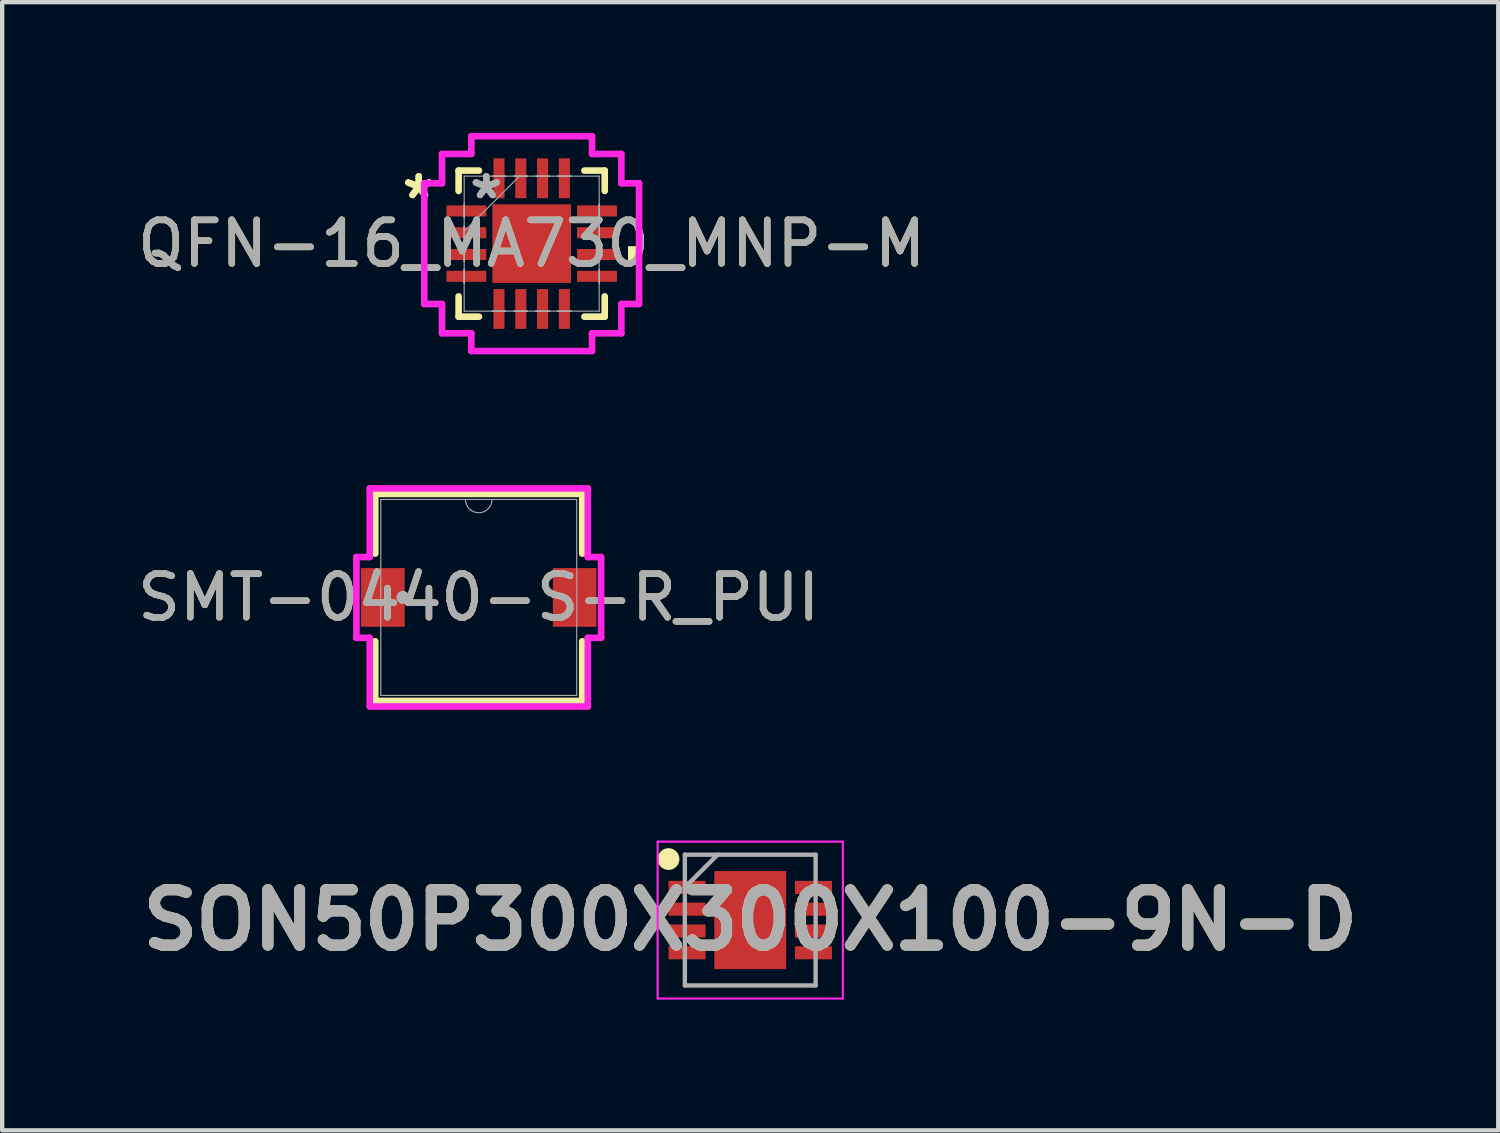
<source format=kicad_pcb>
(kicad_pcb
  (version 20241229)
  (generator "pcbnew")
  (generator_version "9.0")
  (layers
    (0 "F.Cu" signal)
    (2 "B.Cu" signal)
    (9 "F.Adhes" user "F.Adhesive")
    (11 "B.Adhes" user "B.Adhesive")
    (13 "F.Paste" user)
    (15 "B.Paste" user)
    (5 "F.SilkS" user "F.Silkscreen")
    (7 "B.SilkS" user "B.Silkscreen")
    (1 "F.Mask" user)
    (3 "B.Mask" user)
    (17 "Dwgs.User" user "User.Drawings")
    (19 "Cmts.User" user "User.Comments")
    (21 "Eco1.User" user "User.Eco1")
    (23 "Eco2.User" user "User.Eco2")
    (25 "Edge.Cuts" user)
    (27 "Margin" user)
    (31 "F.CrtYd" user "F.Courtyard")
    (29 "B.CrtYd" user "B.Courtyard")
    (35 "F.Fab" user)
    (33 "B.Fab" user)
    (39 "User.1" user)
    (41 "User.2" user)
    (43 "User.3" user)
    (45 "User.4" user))
  (footprint "QFN-16_MA730_MNP-M"
    (layer "F.Cu")
    (at 9.149 2.54)
    (property "Reference" "QFN-16_MA730_MNP-M" (at 0 0 0) (unlocked yes) (layer "F.SilkS") (effects (font (size 1 1) (thickness 0.15))))
    (attr smd)
    (fp_line (start -1.676 -1.676) (end -1.676 -1.21) (stroke (width 0.152) (type solid)) (layer "F.SilkS"))
    (fp_line (start -1.676 1.21) (end -1.676 1.676) (stroke (width 0.152) (type solid)) (layer "F.SilkS"))
    (fp_line (start -1.676 1.676) (end -1.21 1.676) (stroke (width 0.152) (type solid)) (layer "F.SilkS"))
    (fp_line (start -1.21 -1.676) (end -1.676 -1.676) (stroke (width 0.152) (type solid)) (layer "F.SilkS"))
    (fp_line (start 1.21 1.676) (end 1.676 1.676) (stroke (width 0.152) (type solid)) (layer "F.SilkS"))
    (fp_line (start 1.676 -1.676) (end 1.21 -1.676) (stroke (width 0.152) (type solid)) (layer "F.SilkS"))
    (fp_line (start 1.676 -1.21) (end 1.676 -1.676) (stroke (width 0.152) (type solid)) (layer "F.SilkS"))
    (fp_line (start 1.676 1.676) (end 1.676 1.21) (stroke (width 0.152) (type solid)) (layer "F.SilkS"))
    (fp_poly (pts (xy 2.464 0.059) (xy 2.464 0.441) (xy 2.21 0.441) (xy 2.21 0.059)) (stroke (width 0) (type solid)) (fill yes) (layer "F.SilkS"))
    (fp_line (start -2.464 -1.385) (end -2.057 -1.385) (stroke (width 0.152) (type solid)) (layer "F.CrtYd"))
    (fp_line (start -2.464 1.385) (end -2.464 -1.385) (stroke (width 0.152) (type solid)) (layer "F.CrtYd"))
    (fp_line (start -2.057 -2.057) (end -1.385 -2.057) (stroke (width 0.152) (type solid)) (layer "F.CrtYd"))
    (fp_line (start -2.057 -1.385) (end -2.057 -2.057) (stroke (width 0.152) (type solid)) (layer "F.CrtYd"))
    (fp_line (start -2.057 1.385) (end -2.464 1.385) (stroke (width 0.152) (type solid)) (layer "F.CrtYd"))
    (fp_line (start -2.057 2.057) (end -2.057 1.385) (stroke (width 0.152) (type solid)) (layer "F.CrtYd"))
    (fp_line (start -1.385 -2.464) (end 1.385 -2.464) (stroke (width 0.152) (type solid)) (layer "F.CrtYd"))
    (fp_line (start -1.385 -2.057) (end -1.385 -2.464) (stroke (width 0.152) (type solid)) (layer "F.CrtYd"))
    (fp_line (start -1.385 2.057) (end -2.057 2.057) (stroke (width 0.152) (type solid)) (layer "F.CrtYd"))
    (fp_line (start -1.385 2.464) (end -1.385 2.057) (stroke (width 0.152) (type solid)) (layer "F.CrtYd"))
    (fp_line (start 1.385 -2.464) (end 1.385 -2.057) (stroke (width 0.152) (type solid)) (layer "F.CrtYd"))
    (fp_line (start 1.385 -2.057) (end 2.057 -2.057) (stroke (width 0.152) (type solid)) (layer "F.CrtYd"))
    (fp_line (start 1.385 2.057) (end 1.385 2.464) (stroke (width 0.152) (type solid)) (layer "F.CrtYd"))
    (fp_line (start 1.385 2.464) (end -1.385 2.464) (stroke (width 0.152) (type solid)) (layer "F.CrtYd"))
    (fp_line (start 2.057 -2.057) (end 2.057 -1.385) (stroke (width 0.152) (type solid)) (layer "F.CrtYd"))
    (fp_line (start 2.057 -1.385) (end 2.464 -1.385) (stroke (width 0.152) (type solid)) (layer "F.CrtYd"))
    (fp_line (start 2.057 1.385) (end 2.057 2.057) (stroke (width 0.152) (type solid)) (layer "F.CrtYd"))
    (fp_line (start 2.057 2.057) (end 1.385 2.057) (stroke (width 0.152) (type solid)) (layer "F.CrtYd"))
    (fp_line (start 2.464 -1.385) (end 2.464 1.385) (stroke (width 0.152) (type solid)) (layer "F.CrtYd"))
    (fp_line (start 2.464 1.385) (end 2.057 1.385) (stroke (width 0.152) (type solid)) (layer "F.CrtYd"))
    (fp_line (start -1.549 -1.549) (end -1.549 -1.549) (stroke (width 0.025) (type solid)) (layer "F.Fab"))
    (fp_line (start -1.549 -1.549) (end -1.549 1.549) (stroke (width 0.025) (type solid)) (layer "F.Fab"))
    (fp_line (start -1.549 -0.902) (end -1.549 -0.902) (stroke (width 0.025) (type solid)) (layer "F.Fab"))
    (fp_line (start -1.549 -0.902) (end -1.549 -0.598) (stroke (width 0.025) (type solid)) (layer "F.Fab"))
    (fp_line (start -1.549 -0.598) (end -1.549 -0.902) (stroke (width 0.025) (type solid)) (layer "F.Fab"))
    (fp_line (start -1.549 -0.598) (end -1.549 -0.598) (stroke (width 0.025) (type solid)) (layer "F.Fab"))
    (fp_line (start -1.549 -0.402) (end -1.549 -0.402) (stroke (width 0.025) (type solid)) (layer "F.Fab"))
    (fp_line (start -1.549 -0.402) (end -1.549 -0.098) (stroke (width 0.025) (type solid)) (layer "F.Fab"))
    (fp_line (start -1.549 -0.279) (end -0.279 -1.549) (stroke (width 0.025) (type solid)) (layer "F.Fab"))
    (fp_line (start -1.549 -0.098) (end -1.549 -0.402) (stroke (width 0.025) (type solid)) (layer "F.Fab"))
    (fp_line (start -1.549 -0.098) (end -1.549 -0.098) (stroke (width 0.025) (type solid)) (layer "F.Fab"))
    (fp_line (start -1.549 0.098) (end -1.549 0.098) (stroke (width 0.025) (type solid)) (layer "F.Fab"))
    (fp_line (start -1.549 0.098) (end -1.549 0.402) (stroke (width 0.025) (type solid)) (layer "F.Fab"))
    (fp_line (start -1.549 0.402) (end -1.549 0.098) (stroke (width 0.025) (type solid)) (layer "F.Fab"))
    (fp_line (start -1.549 0.402) (end -1.549 0.402) (stroke (width 0.025) (type solid)) (layer "F.Fab"))
    (fp_line (start -1.549 0.598) (end -1.549 0.598) (stroke (width 0.025) (type solid)) (layer "F.Fab"))
    (fp_line (start -1.549 0.598) (end -1.549 0.902) (stroke (width 0.025) (type solid)) (layer "F.Fab"))
    (fp_line (start -1.549 0.902) (end -1.549 0.598) (stroke (width 0.025) (type solid)) (layer "F.Fab"))
    (fp_line (start -1.549 0.902) (end -1.549 0.902) (stroke (width 0.025) (type solid)) (layer "F.Fab"))
    (fp_line (start -1.549 1.549) (end -1.549 1.549) (stroke (width 0.025) (type solid)) (layer "F.Fab"))
    (fp_line (start -1.549 1.549) (end 1.549 1.549) (stroke (width 0.025) (type solid)) (layer "F.Fab"))
    (fp_line (start -0.902 -1.549) (end -0.902 -1.549) (stroke (width 0.025) (type solid)) (layer "F.Fab"))
    (fp_line (start -0.902 -1.549) (end -0.598 -1.549) (stroke (width 0.025) (type solid)) (layer "F.Fab"))
    (fp_line (start -0.902 1.549) (end -0.902 1.549) (stroke (width 0.025) (type solid)) (layer "F.Fab"))
    (fp_line (start -0.902 1.549) (end -0.598 1.549) (stroke (width 0.025) (type solid)) (layer "F.Fab"))
    (fp_line (start -0.598 -1.549) (end -0.902 -1.549) (stroke (width 0.025) (type solid)) (layer "F.Fab"))
    (fp_line (start -0.598 -1.549) (end -0.598 -1.549) (stroke (width 0.025) (type solid)) (layer "F.Fab"))
    (fp_line (start -0.598 1.549) (end -0.902 1.549) (stroke (width 0.025) (type solid)) (layer "F.Fab"))
    (fp_line (start -0.598 1.549) (end -0.598 1.549) (stroke (width 0.025) (type solid)) (layer "F.Fab"))
    (fp_line (start -0.402 -1.549) (end -0.402 -1.549) (stroke (width 0.025) (type solid)) (layer "F.Fab"))
    (fp_line (start -0.402 -1.549) (end -0.098 -1.549) (stroke (width 0.025) (type solid)) (layer "F.Fab"))
    (fp_line (start -0.402 1.549) (end -0.402 1.549) (stroke (width 0.025) (type solid)) (layer "F.Fab"))
    (fp_line (start -0.402 1.549) (end -0.098 1.549) (stroke (width 0.025) (type solid)) (layer "F.Fab"))
    (fp_line (start -0.098 -1.549) (end -0.402 -1.549) (stroke (width 0.025) (type solid)) (layer "F.Fab"))
    (fp_line (start -0.098 -1.549) (end -0.098 -1.549) (stroke (width 0.025) (type solid)) (layer "F.Fab"))
    (fp_line (start -0.098 1.549) (end -0.402 1.549) (stroke (width 0.025) (type solid)) (layer "F.Fab"))
    (fp_line (start -0.098 1.549) (end -0.098 1.549) (stroke (width 0.025) (type solid)) (layer "F.Fab"))
    (fp_line (start 0.098 -1.549) (end 0.098 -1.549) (stroke (width 0.025) (type solid)) (layer "F.Fab"))
    (fp_line (start 0.098 -1.549) (end 0.402 -1.549) (stroke (width 0.025) (type solid)) (layer "F.Fab"))
    (fp_line (start 0.098 1.549) (end 0.098 1.549) (stroke (width 0.025) (type solid)) (layer "F.Fab"))
    (fp_line (start 0.098 1.549) (end 0.402 1.549) (stroke (width 0.025) (type solid)) (layer "F.Fab"))
    (fp_line (start 0.402 -1.549) (end 0.098 -1.549) (stroke (width 0.025) (type solid)) (layer "F.Fab"))
    (fp_line (start 0.402 -1.549) (end 0.402 -1.549) (stroke (width 0.025) (type solid)) (layer "F.Fab"))
    (fp_line (start 0.402 1.549) (end 0.098 1.549) (stroke (width 0.025) (type solid)) (layer "F.Fab"))
    (fp_line (start 0.402 1.549) (end 0.402 1.549) (stroke (width 0.025) (type solid)) (layer "F.Fab"))
    (fp_line (start 0.598 -1.549) (end 0.598 -1.549) (stroke (width 0.025) (type solid)) (layer "F.Fab"))
    (fp_line (start 0.598 -1.549) (end 0.902 -1.549) (stroke (width 0.025) (type solid)) (layer "F.Fab"))
    (fp_line (start 0.598 1.549) (end 0.598 1.549) (stroke (width 0.025) (type solid)) (layer "F.Fab"))
    (fp_line (start 0.598 1.549) (end 0.902 1.549) (stroke (width 0.025) (type solid)) (layer "F.Fab"))
    (fp_line (start 0.902 -1.549) (end 0.598 -1.549) (stroke (width 0.025) (type solid)) (layer "F.Fab"))
    (fp_line (start 0.902 -1.549) (end 0.902 -1.549) (stroke (width 0.025) (type solid)) (layer "F.Fab"))
    (fp_line (start 0.902 1.549) (end 0.598 1.549) (stroke (width 0.025) (type solid)) (layer "F.Fab"))
    (fp_line (start 0.902 1.549) (end 0.902 1.549) (stroke (width 0.025) (type solid)) (layer "F.Fab"))
    (fp_line (start 1.549 -1.549) (end -1.549 -1.549) (stroke (width 0.025) (type solid)) (layer "F.Fab"))
    (fp_line (start 1.549 -1.549) (end 1.549 -1.549) (stroke (width 0.025) (type solid)) (layer "F.Fab"))
    (fp_line (start 1.549 -0.902) (end 1.549 -0.902) (stroke (width 0.025) (type solid)) (layer "F.Fab"))
    (fp_line (start 1.549 -0.902) (end 1.549 -0.598) (stroke (width 0.025) (type solid)) (layer "F.Fab"))
    (fp_line (start 1.549 -0.598) (end 1.549 -0.902) (stroke (width 0.025) (type solid)) (layer "F.Fab"))
    (fp_line (start 1.549 -0.598) (end 1.549 -0.598) (stroke (width 0.025) (type solid)) (layer "F.Fab"))
    (fp_line (start 1.549 -0.402) (end 1.549 -0.402) (stroke (width 0.025) (type solid)) (layer "F.Fab"))
    (fp_line (start 1.549 -0.402) (end 1.549 -0.098) (stroke (width 0.025) (type solid)) (layer "F.Fab"))
    (fp_line (start 1.549 -0.098) (end 1.549 -0.402) (stroke (width 0.025) (type solid)) (layer "F.Fab"))
    (fp_line (start 1.549 -0.098) (end 1.549 -0.098) (stroke (width 0.025) (type solid)) (layer "F.Fab"))
    (fp_line (start 1.549 0.098) (end 1.549 0.098) (stroke (width 0.025) (type solid)) (layer "F.Fab"))
    (fp_line (start 1.549 0.098) (end 1.549 0.402) (stroke (width 0.025) (type solid)) (layer "F.Fab"))
    (fp_line (start 1.549 0.402) (end 1.549 0.098) (stroke (width 0.025) (type solid)) (layer "F.Fab"))
    (fp_line (start 1.549 0.402) (end 1.549 0.402) (stroke (width 0.025) (type solid)) (layer "F.Fab"))
    (fp_line (start 1.549 0.598) (end 1.549 0.598) (stroke (width 0.025) (type solid)) (layer "F.Fab"))
    (fp_line (start 1.549 0.598) (end 1.549 0.902) (stroke (width 0.025) (type solid)) (layer "F.Fab"))
    (fp_line (start 1.549 0.902) (end 1.549 0.598) (stroke (width 0.025) (type solid)) (layer "F.Fab"))
    (fp_line (start 1.549 0.902) (end 1.549 0.902) (stroke (width 0.025) (type solid)) (layer "F.Fab"))
    (fp_line (start 1.549 1.549) (end 1.549 -1.549) (stroke (width 0.025) (type solid)) (layer "F.Fab"))
    (fp_line (start 1.549 1.549) (end 1.549 1.549) (stroke (width 0.025) (type solid)) (layer "F.Fab"))
    (fp_text user "*" (at -2.591 -1 0) (unlocked yes) (layer "F.SilkS") (effects (font (size 1 1) (thickness 0.15))))
    (fp_text user "*" (at -2.591 -1 0) (layer "F.SilkS") (effects (font (size 1 1) (thickness 0.15))))
    (fp_text user "${REFERENCE}" (at 0 0 0) (unlocked yes) (layer "F.Fab") (effects (font (size 1 1) (thickness 0.15))))
    (fp_text user "*" (at -1.041 -1 0) (unlocked yes) (layer "F.Fab") (effects (font (size 1 1) (thickness 0.15))))
    (fp_text user "*" (at -1.041 -1 0) (layer "F.Fab") (effects (font (size 1 1) (thickness 0.15))))
    (pad "1" smd rect (at -1.499 -0.75 90) (size 0.254 0.914) (layers "F.Cu" "F.Mask" "F.Paste"))
    (pad "2" smd rect (at -1.499 -0.25 90) (size 0.254 0.914) (layers "F.Cu" "F.Mask" "F.Paste"))
    (pad "3" smd rect (at -1.499 0.25 90) (size 0.254 0.914) (layers "F.Cu" "F.Mask" "F.Paste"))
    (pad "4" smd rect (at -1.499 0.75 90) (size 0.254 0.914) (layers "F.Cu" "F.Mask" "F.Paste"))
    (pad "5" smd rect (at -0.75 1.499) (size 0.254 0.914) (layers "F.Cu" "F.Mask" "F.Paste"))
    (pad "6" smd rect (at -0.25 1.499) (size 0.254 0.914) (layers "F.Cu" "F.Mask" "F.Paste"))
    (pad "7" smd rect (at 0.25 1.499) (size 0.254 0.914) (layers "F.Cu" "F.Mask" "F.Paste"))
    (pad "8" smd rect (at 0.75 1.499) (size 0.254 0.914) (layers "F.Cu" "F.Mask" "F.Paste"))
    (pad "9" smd rect (at 1.499 0.75 90) (size 0.254 0.914) (layers "F.Cu" "F.Mask" "F.Paste"))
    (pad "10" smd rect (at 1.499 0.25 90) (size 0.254 0.914) (layers "F.Cu" "F.Mask" "F.Paste"))
    (pad "11" smd rect (at 1.499 -0.25 90) (size 0.254 0.914) (layers "F.Cu" "F.Mask" "F.Paste"))
    (pad "12" smd rect (at 1.499 -0.75 90) (size 0.254 0.914) (layers "F.Cu" "F.Mask" "F.Paste"))
    (pad "13" smd rect (at 0.75 -1.499) (size 0.254 0.914) (layers "F.Cu" "F.Mask" "F.Paste"))
    (pad "14" smd rect (at 0.25 -1.499) (size 0.254 0.914) (layers "F.Cu" "F.Mask" "F.Paste"))
    (pad "15" smd rect (at -0.25 -1.499) (size 0.254 0.914) (layers "F.Cu" "F.Mask" "F.Paste"))
    (pad "16" smd rect (at -0.75 -1.499) (size 0.254 0.914) (layers "F.Cu" "F.Mask" "F.Paste"))
    (pad "17" smd rect (at 0 0) (size 1.803 1.803) (layers "F.Cu" "F.Mask" "F.Paste")))
  (footprint "SON50P300X300X100-9N-D"
    (layer "F.Cu")
    (at 14.164 18.061)
    (property "Reference" "SON50P300X300X100-9N-D" (at 0 0 0) (layer "F.SilkS") (effects (font (size 1.27 1.27) (thickness 0.254))))
    (attr smd)
    (fp_circle (center -1.875 -1.4) (end -1.875 -1.275) (stroke (width 0.25) (type solid)) (fill no) (layer "F.SilkS"))
    (fp_line (start -2.125 -1.8) (end 2.125 -1.8) (stroke (width 0.05) (type solid)) (layer "F.CrtYd"))
    (fp_line (start -2.125 1.8) (end -2.125 -1.8) (stroke (width 0.05) (type solid)) (layer "F.CrtYd"))
    (fp_line (start 2.125 -1.8) (end 2.125 1.8) (stroke (width 0.05) (type solid)) (layer "F.CrtYd"))
    (fp_line (start 2.125 1.8) (end -2.125 1.8) (stroke (width 0.05) (type solid)) (layer "F.CrtYd"))
    (fp_line (start -1.5 -1.5) (end 1.5 -1.5) (stroke (width 0.1) (type solid)) (layer "F.Fab"))
    (fp_line (start -1.5 -0.75) (end -0.75 -1.5) (stroke (width 0.1) (type solid)) (layer "F.Fab"))
    (fp_line (start -1.5 1.5) (end -1.5 -1.5) (stroke (width 0.1) (type solid)) (layer "F.Fab"))
    (fp_line (start 1.5 -1.5) (end 1.5 1.5) (stroke (width 0.1) (type solid)) (layer "F.Fab"))
    (fp_line (start 1.5 1.5) (end -1.5 1.5) (stroke (width 0.1) (type solid)) (layer "F.Fab"))
    (fp_text user "${REFERENCE}" (at 0 0 0) (layer "F.Fab") (effects (font (size 1.27 1.27) (thickness 0.254))))
    (pad "1" smd rect (at -1.45 -0.75 90) (size 0.3 0.85) (layers "F.Cu" "F.Mask" "F.Paste"))
    (pad "2" smd rect (at -1.45 -0.25 90) (size 0.3 0.85) (layers "F.Cu" "F.Mask" "F.Paste"))
    (pad "3" smd rect (at -1.45 0.25 90) (size 0.3 0.85) (layers "F.Cu" "F.Mask" "F.Paste"))
    (pad "4" smd rect (at -1.45 0.75 90) (size 0.3 0.85) (layers "F.Cu" "F.Mask" "F.Paste"))
    (pad "5" smd rect (at 1.45 0.75 90) (size 0.3 0.85) (layers "F.Cu" "F.Mask" "F.Paste"))
    (pad "6" smd rect (at 1.45 0.25 90) (size 0.3 0.85) (layers "F.Cu" "F.Mask" "F.Paste"))
    (pad "7" smd rect (at 1.45 -0.25 90) (size 0.3 0.85) (layers "F.Cu" "F.Mask" "F.Paste"))
    (pad "8" smd rect (at 1.45 -0.75 90) (size 0.3 0.85) (layers "F.Cu" "F.Mask" "F.Paste"))
    (pad "9" smd rect (at 0 0) (size 1.65 2.25) (layers "F.Cu" "F.Mask" "F.Paste")))
  (footprint "SMT-0440-S-R_PUI"
    (layer "F.Cu")
    (at 7.935 10.658)
    (property "Reference" "SMT-0440-S-R_PUI" (at 0 0 0) (unlocked yes) (layer "F.SilkS") (effects (font (size 1 1) (thickness 0.15))))
    (attr smd)
    (fp_line (start -2.375 -2.375) (end -2.375 -1.006) (stroke (width 0.152) (type solid)) (layer "F.SilkS"))
    (fp_line (start -2.375 1.006) (end -2.375 2.375) (stroke (width 0.152) (type solid)) (layer "F.SilkS"))
    (fp_line (start -2.375 2.375) (end 2.375 2.375) (stroke (width 0.152) (type solid)) (layer "F.SilkS"))
    (fp_line (start 2.375 -2.375) (end -2.375 -2.375) (stroke (width 0.152) (type solid)) (layer "F.SilkS"))
    (fp_line (start 2.375 -1.006) (end 2.375 -2.375) (stroke (width 0.152) (type solid)) (layer "F.SilkS"))
    (fp_line (start 2.375 2.375) (end 2.375 1.006) (stroke (width 0.152) (type solid)) (layer "F.SilkS"))
    (fp_line (start -2.807 -0.927) (end -2.502 -0.927) (stroke (width 0.152) (type solid)) (layer "F.CrtYd"))
    (fp_line (start -2.807 0.927) (end -2.807 -0.927) (stroke (width 0.152) (type solid)) (layer "F.CrtYd"))
    (fp_line (start -2.807 0.927) (end -2.502 0.927) (stroke (width 0.152) (type solid)) (layer "F.CrtYd"))
    (fp_line (start -2.502 -2.502) (end 2.502 -2.502) (stroke (width 0.152) (type solid)) (layer "F.CrtYd"))
    (fp_line (start -2.502 -0.927) (end -2.502 -2.502) (stroke (width 0.152) (type solid)) (layer "F.CrtYd"))
    (fp_line (start -2.502 2.502) (end -2.502 0.927) (stroke (width 0.152) (type solid)) (layer "F.CrtYd"))
    (fp_line (start 2.502 -2.502) (end 2.502 -0.927) (stroke (width 0.152) (type solid)) (layer "F.CrtYd"))
    (fp_line (start 2.502 0.927) (end 2.502 2.502) (stroke (width 0.152) (type solid)) (layer "F.CrtYd"))
    (fp_line (start 2.502 2.502) (end -2.502 2.502) (stroke (width 0.152) (type solid)) (layer "F.CrtYd"))
    (fp_line (start 2.807 -0.927) (end 2.502 -0.927) (stroke (width 0.152) (type solid)) (layer "F.CrtYd"))
    (fp_line (start 2.807 -0.927) (end 2.807 0.927) (stroke (width 0.152) (type solid)) (layer "F.CrtYd"))
    (fp_line (start 2.807 0.927) (end 2.502 0.927) (stroke (width 0.152) (type solid)) (layer "F.CrtYd"))
    (fp_line (start -2.248 -2.248) (end -2.248 2.248) (stroke (width 0.025) (type solid)) (layer "F.Fab"))
    (fp_line (start -2.248 2.248) (end 2.248 2.248) (stroke (width 0.025) (type solid)) (layer "F.Fab"))
    (fp_line (start 2.248 -2.248) (end -2.248 -2.248) (stroke (width 0.025) (type solid)) (layer "F.Fab"))
    (fp_line (start 2.248 2.248) (end 2.248 -2.248) (stroke (width 0.025) (type solid)) (layer "F.Fab"))
    (fp_arc (start 0.3048 -2.2479) (mid 0 -1.9431) (end -0.3048 -2.2479) (stroke (width 0.0254) (type solid)) (layer "F.Fab"))
    (fp_circle (center -1.74 0) (end -1.74 0) (stroke (width 0.152) (type solid)) (fill no) (layer "F.Fab"))
    (fp_text user "${REFERENCE}" (at 0 0 0) (unlocked yes) (layer "F.Fab") (effects (font (size 1 1) (thickness 0.15))))
    (pad "1" smd rect (at -2.2 0) (size 1 1.346) (layers "F.Cu" "F.Mask" "F.Paste"))
    (pad "2" smd rect (at 2.2 0) (size 1 1.346) (layers "F.Cu" "F.Mask" "F.Paste")))
  (gr_rect
    (start -3 -3)
    (end 31.327 22.886)
    (stroke (width 0.1) (type default))
    (fill no)
    (layer "Edge.Cuts")))
</source>
